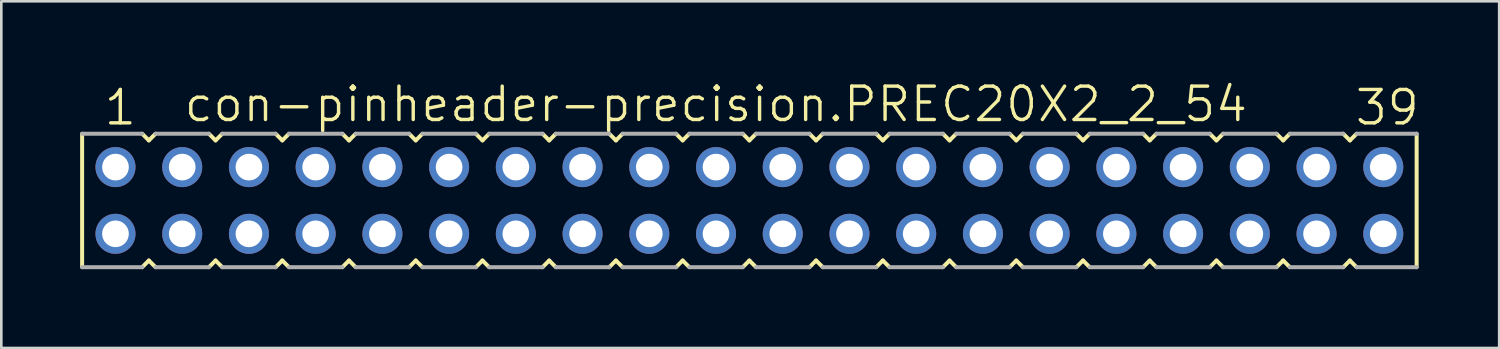
<source format=kicad_pcb>
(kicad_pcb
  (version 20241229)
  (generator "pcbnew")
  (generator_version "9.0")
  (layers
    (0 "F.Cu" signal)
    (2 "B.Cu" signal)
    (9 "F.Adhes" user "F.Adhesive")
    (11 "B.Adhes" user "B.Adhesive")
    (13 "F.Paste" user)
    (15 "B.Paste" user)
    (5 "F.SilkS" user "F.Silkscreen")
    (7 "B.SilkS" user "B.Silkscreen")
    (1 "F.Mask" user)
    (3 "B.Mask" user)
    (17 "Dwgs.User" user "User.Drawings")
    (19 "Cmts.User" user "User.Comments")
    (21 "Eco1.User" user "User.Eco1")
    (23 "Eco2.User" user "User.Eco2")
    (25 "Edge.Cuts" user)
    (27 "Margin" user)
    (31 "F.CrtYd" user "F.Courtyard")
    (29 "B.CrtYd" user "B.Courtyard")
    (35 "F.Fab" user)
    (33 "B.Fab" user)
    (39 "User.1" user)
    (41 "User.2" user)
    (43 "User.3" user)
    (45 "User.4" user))
  (footprint "con-pinheader-precision.PREC20X2_2_54"
    (layer "F.Cu")
    (at 25.476 4.581)
    (property "Reference" "con-pinheader-precision.PREC20X2_2_54" (at -21.59 -2.921 0) (layer "F.SilkS") (effects (font (size 1.27 1.27) (thickness 0.13)) (justify left bottom)))
    (attr through_hole)
    (fp_line (start -25.4 -2.54) (end -25.4 2.54) (stroke (width 0.152) (type default)) (layer "F.SilkS"))
    (fp_line (start -23.114 2.54) (end -22.86 2.286) (stroke (width 0.152) (type default)) (layer "F.SilkS"))
    (fp_line (start -22.86 -2.286) (end -23.114 -2.54) (stroke (width 0.152) (type default)) (layer "F.SilkS"))
    (fp_line (start -22.86 2.286) (end -22.606 2.54) (stroke (width 0.152) (type default)) (layer "F.SilkS"))
    (fp_line (start -22.606 -2.54) (end -22.86 -2.286) (stroke (width 0.152) (type default)) (layer "F.SilkS"))
    (fp_line (start -20.574 2.54) (end -20.32 2.286) (stroke (width 0.152) (type default)) (layer "F.SilkS"))
    (fp_line (start -20.32 -2.286) (end -20.574 -2.54) (stroke (width 0.152) (type default)) (layer "F.SilkS"))
    (fp_line (start -20.32 2.286) (end -20.066 2.54) (stroke (width 0.152) (type default)) (layer "F.SilkS"))
    (fp_line (start -20.066 -2.54) (end -20.32 -2.286) (stroke (width 0.152) (type default)) (layer "F.SilkS"))
    (fp_line (start -18.034 2.54) (end -17.78 2.286) (stroke (width 0.152) (type default)) (layer "F.SilkS"))
    (fp_line (start -17.78 -2.286) (end -18.034 -2.54) (stroke (width 0.152) (type default)) (layer "F.SilkS"))
    (fp_line (start -17.78 2.286) (end -17.526 2.54) (stroke (width 0.152) (type default)) (layer "F.SilkS"))
    (fp_line (start -17.526 -2.54) (end -17.78 -2.286) (stroke (width 0.152) (type default)) (layer "F.SilkS"))
    (fp_line (start -15.494 2.54) (end -15.24 2.286) (stroke (width 0.152) (type default)) (layer "F.SilkS"))
    (fp_line (start -15.24 -2.286) (end -15.494 -2.54) (stroke (width 0.152) (type default)) (layer "F.SilkS"))
    (fp_line (start -15.24 2.286) (end -14.986 2.54) (stroke (width 0.152) (type default)) (layer "F.SilkS"))
    (fp_line (start -14.986 -2.54) (end -15.24 -2.286) (stroke (width 0.152) (type default)) (layer "F.SilkS"))
    (fp_line (start -12.954 2.54) (end -12.7 2.286) (stroke (width 0.152) (type default)) (layer "F.SilkS"))
    (fp_line (start -12.7 -2.286) (end -12.954 -2.54) (stroke (width 0.152) (type default)) (layer "F.SilkS"))
    (fp_line (start -12.7 2.286) (end -12.446 2.54) (stroke (width 0.152) (type default)) (layer "F.SilkS"))
    (fp_line (start -12.446 -2.54) (end -12.7 -2.286) (stroke (width 0.152) (type default)) (layer "F.SilkS"))
    (fp_line (start -10.414 2.54) (end -10.16 2.286) (stroke (width 0.152) (type default)) (layer "F.SilkS"))
    (fp_line (start -10.16 -2.286) (end -10.414 -2.54) (stroke (width 0.152) (type default)) (layer "F.SilkS"))
    (fp_line (start -10.16 2.286) (end -9.906 2.54) (stroke (width 0.152) (type default)) (layer "F.SilkS"))
    (fp_line (start -9.906 -2.54) (end -10.16 -2.286) (stroke (width 0.152) (type default)) (layer "F.SilkS"))
    (fp_line (start -7.874 2.54) (end -7.62 2.286) (stroke (width 0.152) (type default)) (layer "F.SilkS"))
    (fp_line (start -7.62 -2.286) (end -7.874 -2.54) (stroke (width 0.152) (type default)) (layer "F.SilkS"))
    (fp_line (start -7.62 2.286) (end -7.366 2.54) (stroke (width 0.152) (type default)) (layer "F.SilkS"))
    (fp_line (start -7.366 -2.54) (end -7.62 -2.286) (stroke (width 0.152) (type default)) (layer "F.SilkS"))
    (fp_line (start -5.334 2.54) (end -5.08 2.286) (stroke (width 0.152) (type default)) (layer "F.SilkS"))
    (fp_line (start -5.08 -2.286) (end -5.334 -2.54) (stroke (width 0.152) (type default)) (layer "F.SilkS"))
    (fp_line (start -5.08 2.286) (end -4.826 2.54) (stroke (width 0.152) (type default)) (layer "F.SilkS"))
    (fp_line (start -4.826 -2.54) (end -5.08 -2.286) (stroke (width 0.152) (type default)) (layer "F.SilkS"))
    (fp_line (start -2.794 2.54) (end -2.54 2.286) (stroke (width 0.152) (type default)) (layer "F.SilkS"))
    (fp_line (start -2.54 -2.286) (end -2.794 -2.54) (stroke (width 0.152) (type default)) (layer "F.SilkS"))
    (fp_line (start -2.54 2.286) (end -2.286 2.54) (stroke (width 0.152) (type default)) (layer "F.SilkS"))
    (fp_line (start -2.286 -2.54) (end -2.54 -2.286) (stroke (width 0.152) (type default)) (layer "F.SilkS"))
    (fp_line (start -0.254 2.54) (end 0 2.286) (stroke (width 0.152) (type default)) (layer "F.SilkS"))
    (fp_line (start 0 -2.286) (end -0.254 -2.54) (stroke (width 0.152) (type default)) (layer "F.SilkS"))
    (fp_line (start 0 2.286) (end 0.254 2.54) (stroke (width 0.152) (type default)) (layer "F.SilkS"))
    (fp_line (start 0.254 -2.54) (end 0 -2.286) (stroke (width 0.152) (type default)) (layer "F.SilkS"))
    (fp_line (start 2.286 2.54) (end 2.54 2.286) (stroke (width 0.152) (type default)) (layer "F.SilkS"))
    (fp_line (start 2.54 -2.286) (end 2.286 -2.54) (stroke (width 0.152) (type default)) (layer "F.SilkS"))
    (fp_line (start 2.54 2.286) (end 2.794 2.54) (stroke (width 0.152) (type default)) (layer "F.SilkS"))
    (fp_line (start 2.794 -2.54) (end 2.54 -2.286) (stroke (width 0.152) (type default)) (layer "F.SilkS"))
    (fp_line (start 4.826 2.54) (end 5.08 2.286) (stroke (width 0.152) (type default)) (layer "F.SilkS"))
    (fp_line (start 5.08 -2.286) (end 4.826 -2.54) (stroke (width 0.152) (type default)) (layer "F.SilkS"))
    (fp_line (start 5.08 2.286) (end 5.334 2.54) (stroke (width 0.152) (type default)) (layer "F.SilkS"))
    (fp_line (start 5.334 -2.54) (end 5.08 -2.286) (stroke (width 0.152) (type default)) (layer "F.SilkS"))
    (fp_line (start 7.366 2.54) (end 7.62 2.286) (stroke (width 0.152) (type default)) (layer "F.SilkS"))
    (fp_line (start 7.62 -2.286) (end 7.366 -2.54) (stroke (width 0.152) (type default)) (layer "F.SilkS"))
    (fp_line (start 7.62 2.286) (end 7.874 2.54) (stroke (width 0.152) (type default)) (layer "F.SilkS"))
    (fp_line (start 7.874 -2.54) (end 7.62 -2.286) (stroke (width 0.152) (type default)) (layer "F.SilkS"))
    (fp_line (start 9.906 2.54) (end 10.16 2.286) (stroke (width 0.152) (type default)) (layer "F.SilkS"))
    (fp_line (start 10.16 -2.286) (end 9.906 -2.54) (stroke (width 0.152) (type default)) (layer "F.SilkS"))
    (fp_line (start 10.16 2.286) (end 10.414 2.54) (stroke (width 0.152) (type default)) (layer "F.SilkS"))
    (fp_line (start 10.414 -2.54) (end 10.16 -2.286) (stroke (width 0.152) (type default)) (layer "F.SilkS"))
    (fp_line (start 12.446 2.54) (end 12.7 2.286) (stroke (width 0.152) (type default)) (layer "F.SilkS"))
    (fp_line (start 12.7 -2.286) (end 12.446 -2.54) (stroke (width 0.152) (type default)) (layer "F.SilkS"))
    (fp_line (start 12.7 2.286) (end 12.954 2.54) (stroke (width 0.152) (type default)) (layer "F.SilkS"))
    (fp_line (start 12.954 -2.54) (end 12.7 -2.286) (stroke (width 0.152) (type default)) (layer "F.SilkS"))
    (fp_line (start 14.986 2.54) (end 15.24 2.286) (stroke (width 0.152) (type default)) (layer "F.SilkS"))
    (fp_line (start 15.24 -2.286) (end 14.986 -2.54) (stroke (width 0.152) (type default)) (layer "F.SilkS"))
    (fp_line (start 15.24 2.286) (end 15.494 2.54) (stroke (width 0.152) (type default)) (layer "F.SilkS"))
    (fp_line (start 15.494 -2.54) (end 15.24 -2.286) (stroke (width 0.152) (type default)) (layer "F.SilkS"))
    (fp_line (start 17.526 2.54) (end 17.78 2.286) (stroke (width 0.152) (type default)) (layer "F.SilkS"))
    (fp_line (start 17.78 -2.286) (end 17.526 -2.54) (stroke (width 0.152) (type default)) (layer "F.SilkS"))
    (fp_line (start 17.78 2.286) (end 18.034 2.54) (stroke (width 0.152) (type default)) (layer "F.SilkS"))
    (fp_line (start 18.034 -2.54) (end 17.78 -2.286) (stroke (width 0.152) (type default)) (layer "F.SilkS"))
    (fp_line (start 20.066 2.54) (end 20.32 2.286) (stroke (width 0.152) (type default)) (layer "F.SilkS"))
    (fp_line (start 20.32 -2.286) (end 20.066 -2.54) (stroke (width 0.152) (type default)) (layer "F.SilkS"))
    (fp_line (start 20.32 2.286) (end 20.574 2.54) (stroke (width 0.152) (type default)) (layer "F.SilkS"))
    (fp_line (start 20.574 -2.54) (end 20.32 -2.286) (stroke (width 0.152) (type default)) (layer "F.SilkS"))
    (fp_line (start 22.606 2.54) (end 22.86 2.286) (stroke (width 0.152) (type default)) (layer "F.SilkS"))
    (fp_line (start 22.86 -2.286) (end 22.606 -2.54) (stroke (width 0.152) (type default)) (layer "F.SilkS"))
    (fp_line (start 22.86 2.286) (end 23.114 2.54) (stroke (width 0.152) (type default)) (layer "F.SilkS"))
    (fp_line (start 23.114 -2.54) (end 22.86 -2.286) (stroke (width 0.152) (type default)) (layer "F.SilkS"))
    (fp_line (start 25.4 -2.54) (end 25.4 2.54) (stroke (width 0.152) (type default)) (layer "F.SilkS"))
    (fp_line (start -25.4 2.54) (end -23.114 2.54) (stroke (width 0.152) (type default)) (layer "F.Fab"))
    (fp_line (start -23.114 -2.54) (end -25.4 -2.54) (stroke (width 0.152) (type default)) (layer "F.Fab"))
    (fp_line (start -22.606 2.54) (end -20.574 2.54) (stroke (width 0.152) (type default)) (layer "F.Fab"))
    (fp_line (start -20.574 -2.54) (end -22.606 -2.54) (stroke (width 0.152) (type default)) (layer "F.Fab"))
    (fp_line (start -20.066 2.54) (end -18.034 2.54) (stroke (width 0.152) (type default)) (layer "F.Fab"))
    (fp_line (start -18.034 -2.54) (end -20.066 -2.54) (stroke (width 0.152) (type default)) (layer "F.Fab"))
    (fp_line (start -17.526 2.54) (end -15.494 2.54) (stroke (width 0.152) (type default)) (layer "F.Fab"))
    (fp_line (start -15.494 -2.54) (end -17.526 -2.54) (stroke (width 0.152) (type default)) (layer "F.Fab"))
    (fp_line (start -14.986 2.54) (end -12.954 2.54) (stroke (width 0.152) (type default)) (layer "F.Fab"))
    (fp_line (start -12.954 -2.54) (end -14.986 -2.54) (stroke (width 0.152) (type default)) (layer "F.Fab"))
    (fp_line (start -12.446 2.54) (end -10.414 2.54) (stroke (width 0.152) (type default)) (layer "F.Fab"))
    (fp_line (start -10.414 -2.54) (end -12.446 -2.54) (stroke (width 0.152) (type default)) (layer "F.Fab"))
    (fp_line (start -9.906 2.54) (end -7.874 2.54) (stroke (width 0.152) (type default)) (layer "F.Fab"))
    (fp_line (start -7.874 -2.54) (end -9.906 -2.54) (stroke (width 0.152) (type default)) (layer "F.Fab"))
    (fp_line (start -7.366 2.54) (end -5.334 2.54) (stroke (width 0.152) (type default)) (layer "F.Fab"))
    (fp_line (start -5.334 -2.54) (end -7.366 -2.54) (stroke (width 0.152) (type default)) (layer "F.Fab"))
    (fp_line (start -4.826 2.54) (end -2.794 2.54) (stroke (width 0.152) (type default)) (layer "F.Fab"))
    (fp_line (start -2.794 -2.54) (end -4.826 -2.54) (stroke (width 0.152) (type default)) (layer "F.Fab"))
    (fp_line (start -2.286 2.54) (end -0.254 2.54) (stroke (width 0.152) (type default)) (layer "F.Fab"))
    (fp_line (start -0.254 -2.54) (end -2.286 -2.54) (stroke (width 0.152) (type default)) (layer "F.Fab"))
    (fp_line (start 0.254 2.54) (end 2.286 2.54) (stroke (width 0.152) (type default)) (layer "F.Fab"))
    (fp_line (start 2.286 -2.54) (end 0.254 -2.54) (stroke (width 0.152) (type default)) (layer "F.Fab"))
    (fp_line (start 2.794 2.54) (end 4.826 2.54) (stroke (width 0.152) (type default)) (layer "F.Fab"))
    (fp_line (start 4.826 -2.54) (end 2.794 -2.54) (stroke (width 0.152) (type default)) (layer "F.Fab"))
    (fp_line (start 5.334 2.54) (end 7.366 2.54) (stroke (width 0.152) (type default)) (layer "F.Fab"))
    (fp_line (start 7.366 -2.54) (end 5.334 -2.54) (stroke (width 0.152) (type default)) (layer "F.Fab"))
    (fp_line (start 7.874 2.54) (end 9.906 2.54) (stroke (width 0.152) (type default)) (layer "F.Fab"))
    (fp_line (start 9.906 -2.54) (end 7.874 -2.54) (stroke (width 0.152) (type default)) (layer "F.Fab"))
    (fp_line (start 10.414 2.54) (end 12.446 2.54) (stroke (width 0.152) (type default)) (layer "F.Fab"))
    (fp_line (start 12.446 -2.54) (end 10.414 -2.54) (stroke (width 0.152) (type default)) (layer "F.Fab"))
    (fp_line (start 12.954 2.54) (end 14.986 2.54) (stroke (width 0.152) (type default)) (layer "F.Fab"))
    (fp_line (start 14.986 -2.54) (end 12.954 -2.54) (stroke (width 0.152) (type default)) (layer "F.Fab"))
    (fp_line (start 15.494 2.54) (end 17.526 2.54) (stroke (width 0.152) (type default)) (layer "F.Fab"))
    (fp_line (start 17.526 -2.54) (end 15.494 -2.54) (stroke (width 0.152) (type default)) (layer "F.Fab"))
    (fp_line (start 18.034 2.54) (end 20.066 2.54) (stroke (width 0.152) (type default)) (layer "F.Fab"))
    (fp_line (start 20.066 -2.54) (end 18.034 -2.54) (stroke (width 0.152) (type default)) (layer "F.Fab"))
    (fp_line (start 20.574 2.54) (end 22.606 2.54) (stroke (width 0.152) (type default)) (layer "F.Fab"))
    (fp_line (start 22.606 -2.54) (end 20.574 -2.54) (stroke (width 0.152) (type default)) (layer "F.Fab"))
    (fp_line (start 23.114 2.54) (end 25.4 2.54) (stroke (width 0.152) (type default)) (layer "F.Fab"))
    (fp_line (start 25.4 -2.54) (end 23.114 -2.54) (stroke (width 0.152) (type default)) (layer "F.Fab"))
    (fp_text user "1" (at -24.638 -2.794 0) (layer "F.SilkS") (effects (font (size 1.27 1.27) (thickness 0.13)) (justify left bottom)))
    (fp_text user "39" (at 22.987 -2.794 0) (layer "F.SilkS") (effects (font (size 1.27 1.27) (thickness 0.13)) (justify left bottom)))
    (pad "1" thru_hole circle (at -24.13 -1.27 180) (size 1.524 1.524) (drill 1.016) (layers "*.Cu" "*.Mask"))
    (pad "2" thru_hole circle (at -24.13 1.27 180) (size 1.524 1.524) (drill 1.016) (layers "*.Cu" "*.Mask"))
    (pad "3" thru_hole circle (at -21.59 -1.27 180) (size 1.524 1.524) (drill 1.016) (layers "*.Cu" "*.Mask"))
    (pad "4" thru_hole circle (at -21.59 1.27 180) (size 1.524 1.524) (drill 1.016) (layers "*.Cu" "*.Mask"))
    (pad "5" thru_hole circle (at -19.05 -1.27 180) (size 1.524 1.524) (drill 1.016) (layers "*.Cu" "*.Mask"))
    (pad "6" thru_hole circle (at -19.05 1.27 180) (size 1.524 1.524) (drill 1.016) (layers "*.Cu" "*.Mask"))
    (pad "7" thru_hole circle (at -16.51 -1.27 180) (size 1.524 1.524) (drill 1.016) (layers "*.Cu" "*.Mask"))
    (pad "8" thru_hole circle (at -16.51 1.27 180) (size 1.524 1.524) (drill 1.016) (layers "*.Cu" "*.Mask"))
    (pad "9" thru_hole circle (at -13.97 -1.27 180) (size 1.524 1.524) (drill 1.016) (layers "*.Cu" "*.Mask"))
    (pad "10" thru_hole circle (at -13.97 1.27 180) (size 1.524 1.524) (drill 1.016) (layers "*.Cu" "*.Mask"))
    (pad "11" thru_hole circle (at -11.43 -1.27 180) (size 1.524 1.524) (drill 1.016) (layers "*.Cu" "*.Mask"))
    (pad "12" thru_hole circle (at -11.43 1.27 180) (size 1.524 1.524) (drill 1.016) (layers "*.Cu" "*.Mask"))
    (pad "13" thru_hole circle (at -8.89 -1.27 180) (size 1.524 1.524) (drill 1.016) (layers "*.Cu" "*.Mask"))
    (pad "14" thru_hole circle (at -8.89 1.27 180) (size 1.524 1.524) (drill 1.016) (layers "*.Cu" "*.Mask"))
    (pad "15" thru_hole circle (at -6.35 -1.27 180) (size 1.524 1.524) (drill 1.016) (layers "*.Cu" "*.Mask"))
    (pad "16" thru_hole circle (at -6.35 1.27 180) (size 1.524 1.524) (drill 1.016) (layers "*.Cu" "*.Mask"))
    (pad "17" thru_hole circle (at -3.81 -1.27 180) (size 1.524 1.524) (drill 1.016) (layers "*.Cu" "*.Mask"))
    (pad "18" thru_hole circle (at -3.81 1.27 180) (size 1.524 1.524) (drill 1.016) (layers "*.Cu" "*.Mask"))
    (pad "19" thru_hole circle (at -1.27 -1.27 180) (size 1.524 1.524) (drill 1.016) (layers "*.Cu" "*.Mask"))
    (pad "20" thru_hole circle (at -1.27 1.27 180) (size 1.524 1.524) (drill 1.016) (layers "*.Cu" "*.Mask"))
    (pad "21" thru_hole circle (at 1.27 -1.27 180) (size 1.524 1.524) (drill 1.016) (layers "*.Cu" "*.Mask"))
    (pad "22" thru_hole circle (at 1.27 1.27 180) (size 1.524 1.524) (drill 1.016) (layers "*.Cu" "*.Mask"))
    (pad "23" thru_hole circle (at 3.81 -1.27 180) (size 1.524 1.524) (drill 1.016) (layers "*.Cu" "*.Mask"))
    (pad "24" thru_hole circle (at 3.81 1.27 180) (size 1.524 1.524) (drill 1.016) (layers "*.Cu" "*.Mask"))
    (pad "25" thru_hole circle (at 6.35 -1.27 180) (size 1.524 1.524) (drill 1.016) (layers "*.Cu" "*.Mask"))
    (pad "26" thru_hole circle (at 6.35 1.27 180) (size 1.524 1.524) (drill 1.016) (layers "*.Cu" "*.Mask"))
    (pad "27" thru_hole circle (at 8.89 -1.27 180) (size 1.524 1.524) (drill 1.016) (layers "*.Cu" "*.Mask"))
    (pad "28" thru_hole circle (at 8.89 1.27 180) (size 1.524 1.524) (drill 1.016) (layers "*.Cu" "*.Mask"))
    (pad "29" thru_hole circle (at 11.43 -1.27 180) (size 1.524 1.524) (drill 1.016) (layers "*.Cu" "*.Mask"))
    (pad "30" thru_hole circle (at 11.43 1.27 180) (size 1.524 1.524) (drill 1.016) (layers "*.Cu" "*.Mask"))
    (pad "31" thru_hole circle (at 13.97 -1.27 180) (size 1.524 1.524) (drill 1.016) (layers "*.Cu" "*.Mask"))
    (pad "32" thru_hole circle (at 13.97 1.27 180) (size 1.524 1.524) (drill 1.016) (layers "*.Cu" "*.Mask"))
    (pad "33" thru_hole circle (at 16.51 -1.27 180) (size 1.524 1.524) (drill 1.016) (layers "*.Cu" "*.Mask"))
    (pad "34" thru_hole circle (at 16.51 1.27 180) (size 1.524 1.524) (drill 1.016) (layers "*.Cu" "*.Mask"))
    (pad "35" thru_hole circle (at 19.05 -1.27 180) (size 1.524 1.524) (drill 1.016) (layers "*.Cu" "*.Mask"))
    (pad "36" thru_hole circle (at 19.05 1.27 180) (size 1.524 1.524) (drill 1.016) (layers "*.Cu" "*.Mask"))
    (pad "37" thru_hole circle (at 21.59 -1.27 180) (size 1.524 1.524) (drill 1.016) (layers "*.Cu" "*.Mask"))
    (pad "38" thru_hole circle (at 21.59 1.27 180) (size 1.524 1.524) (drill 1.016) (layers "*.Cu" "*.Mask"))
    (pad "39" thru_hole circle (at 24.13 -1.27 180) (size 1.524 1.524) (drill 1.016) (layers "*.Cu" "*.Mask"))
    (pad "40" thru_hole circle (at 24.13 1.27 180) (size 1.524 1.524) (drill 1.016) (layers "*.Cu" "*.Mask")))
  (gr_rect
    (start -3 -3)
    (end 54.018 10.197)
    (stroke (width 0.1) (type default))
    (fill no)
    (layer "Edge.Cuts")))
</source>
